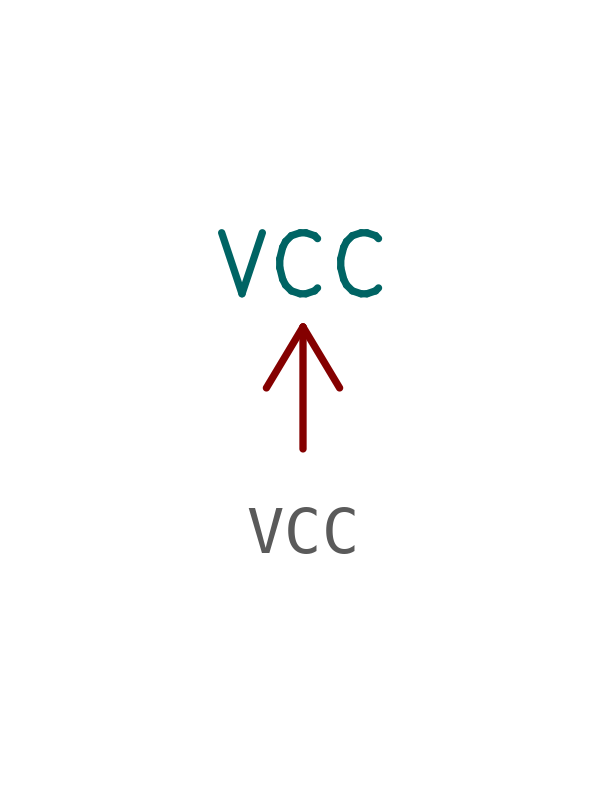
<source format=kicad_sym>
(kicad_symbol_lib
  (version 20211014)
  (generator kicad_symbol_editor)
  (symbol "power1:VCC"
    (power)
    (pin_names
      (offset 0))
    (property "Reference" "#PWR"
      (at 0 -3.81 0)
      (effects (font (size 1.27 1.27)) hide))
    (property "Value" "VCC"
      (at 0 3.81 0)
      (effects (font (size 1.27 1.27))))
    (symbol "VCC_0_1"
      (polyline (pts (xy -0.762 1.27) (xy 0 2.54)) (stroke (width 0) (type default) (color 0 0 0 0)) (fill (type none)))
      (polyline (pts (xy 0 0) (xy 0 2.54)) (stroke (width 0) (type default) (color 0 0 0 0)) (fill (type none)))
      (polyline (pts (xy 0 2.54) (xy 0.762 1.27)) (stroke (width 0) (type default) (color 0 0 0 0)) (fill (type none))))
    (symbol "VCC_1_1"
      (pin power_in line (at 0 0 90) (length 0) hide (name "VCC" (effects (font (size 1.27 1.27)))) (number "1" (effects (font (size 1.27 1.27))))))))
</source>
